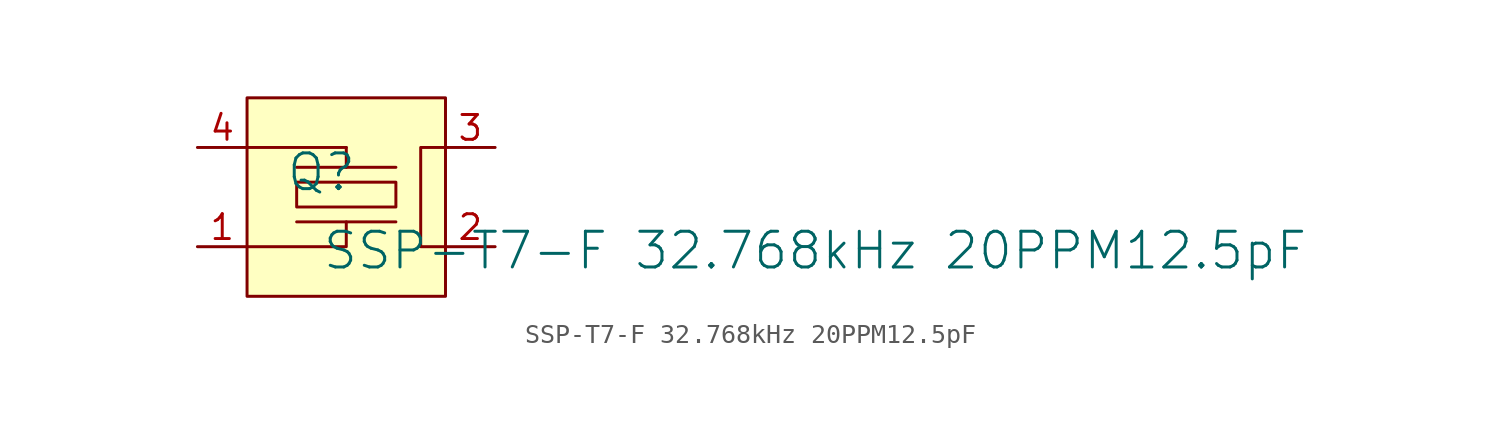
<source format=kicad_sym>
(kicad_symbol_lib
  (version 20241209)
  (generator "kicad_symbol_editor")
  (generator_version "9.0")
  (symbol "SSP-T7-F 32.768kHz 20PPM12.5pF"
    (pin_names
      (hide yes))
    (property "Reference" "Q"
      (at -1.27 1.27 0)
      (effects (font (size 1.829 1.829))))
    (property "Value" "SSP-T7-F 32.768kHz 20PPM12.5pF"
      (at -1.27 -3.81 0)
      (effects (font (size 1.829 1.829)) (justify left bottom)))
    (symbol "SSP-T7-F 32.768kHz 20PPM12.5pF_1_0"
      (polyline (pts (xy -5.08 2.54) (xy 0 2.54)) (stroke (width 0) (type solid)) (fill (type none)))
      (polyline (pts (xy -5.08 -2.54) (xy 0 -2.54) (xy 0 -1.778)) (stroke (width 0) (type solid)) (fill (type none)))
      (polyline (pts (xy 0 2.54) (xy 0 1.524)) (stroke (width 0) (type solid)) (fill (type none)))
      (polyline (pts (xy 0 -1.778) (xy 0 -1.27)) (stroke (width 0) (type solid)) (fill (type none)))
      (polyline (pts (xy 2.54 1.524) (xy -2.54 1.524)) (stroke (width 0) (type solid)) (fill (type none)))
      (polyline (pts (xy 2.54 0.762) (xy -2.54 0.762) (xy -2.54 -0.508) (xy 2.54 -0.508) (xy 2.54 0.762)) (stroke (width 0) (type solid)) (fill (type none)))
      (polyline (pts (xy 2.54 -1.27) (xy -2.54 -1.27)) (stroke (width 0) (type solid)) (fill (type none)))
      (rectangle (start 5.08 5.08) (end -5.08 -5.08) (stroke (width 0) (type solid) (color 128 0 0 1)) (fill (type background)))
      (polyline (pts (xy 5.08 2.54) (xy 3.81 2.54) (xy 3.81 -2.54) (xy 5.08 -2.54)) (stroke (width 0) (type solid)) (fill (type none)))
      (pin passive line (at -7.62 2.54 0) (length 2.54) (name "NC" (effects (font (size 1.27 1.27)))) (number "4" (effects (font (size 1.27 1.27)))))
      (pin passive line (at -7.62 -2.54 0) (length 2.54) (name "" (effects (font (size 1.27 1.27)))) (number "1" (effects (font (size 1.27 1.27)))))
      (pin passive line (at 7.62 2.54 180) (length 2.54) (name "" (effects (font (size 1.27 1.27)))) (number "3" (effects (font (size 1.27 1.27)))))
      (pin passive line (at 7.62 -2.54 180) (length 2.54) (name "NC" (effects (font (size 1.27 1.27)))) (number "2" (effects (font (size 1.27 1.27))))))))
</source>
